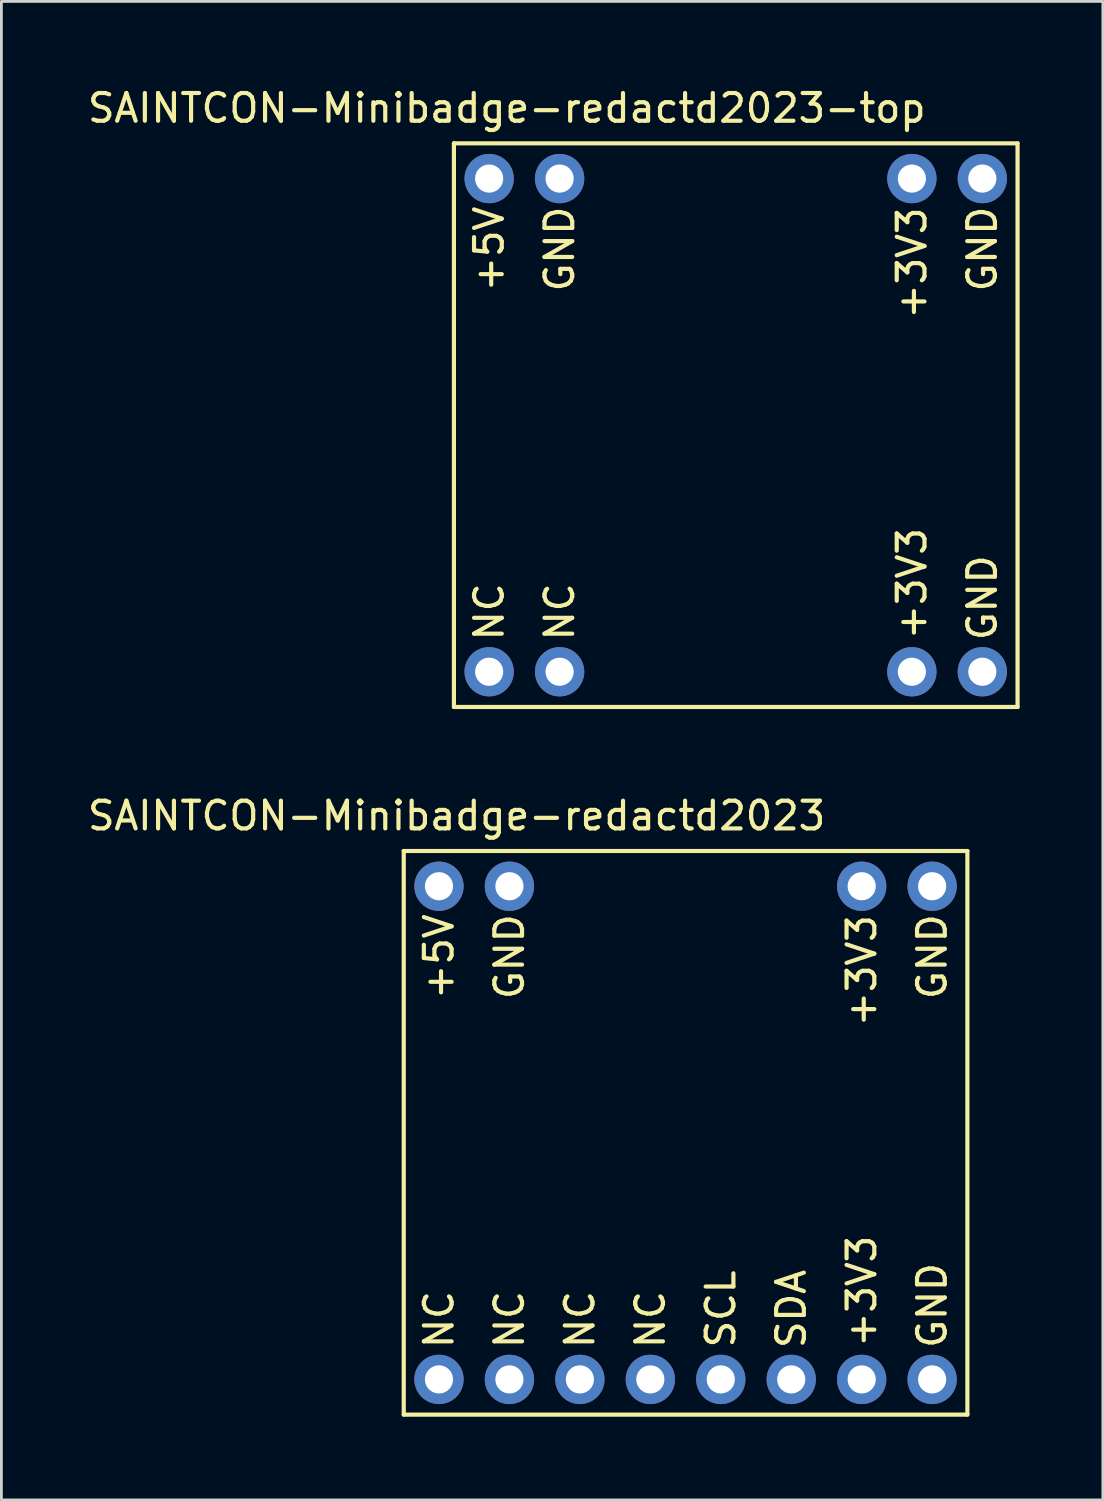
<source format=kicad_pcb>
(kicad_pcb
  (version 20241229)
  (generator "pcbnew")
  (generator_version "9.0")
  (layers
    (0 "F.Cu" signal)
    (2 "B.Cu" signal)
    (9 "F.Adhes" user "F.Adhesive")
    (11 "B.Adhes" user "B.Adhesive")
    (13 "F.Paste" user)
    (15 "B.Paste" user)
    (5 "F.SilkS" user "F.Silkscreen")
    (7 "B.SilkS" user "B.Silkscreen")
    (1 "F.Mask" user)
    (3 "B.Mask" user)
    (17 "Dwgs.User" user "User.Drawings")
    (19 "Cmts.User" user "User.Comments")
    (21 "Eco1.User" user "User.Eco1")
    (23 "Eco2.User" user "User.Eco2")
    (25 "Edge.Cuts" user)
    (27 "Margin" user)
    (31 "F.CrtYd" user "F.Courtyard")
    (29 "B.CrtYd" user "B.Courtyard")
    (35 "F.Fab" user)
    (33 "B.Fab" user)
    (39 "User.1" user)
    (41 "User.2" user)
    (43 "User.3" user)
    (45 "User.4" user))
  (footprint "SAINTCON-Minibadge-redactd2023"
    (layer "F.Cu")
    (at 11.506 27.631)
    (property "Reference" "SAINTCON-Minibadge-redactd2023" (at 1.905 -1.27 0) (layer "F.SilkS") (effects (font (size 1 1) (thickness 0.15))))
    (attr through_hole)
    (fp_line (start 0 0) (end 0 20.32) (stroke (width 0.15) (type solid)) (layer "F.SilkS"))
    (fp_line (start 0 20.32) (end 20.32 20.32) (stroke (width 0.15) (type solid)) (layer "F.SilkS"))
    (fp_line (start 20.32 0) (end 0 0) (stroke (width 0.15) (type solid)) (layer "F.SilkS"))
    (fp_line (start 20.32 20.32) (end 20.32 0) (stroke (width 0.15) (type solid)) (layer "F.SilkS"))
    (fp_text user "GND" (at 19.05 3.81 90) (layer "F.SilkS") (effects (font (size 1 1) (thickness 0.15))))
    (fp_text user "GND" (at 19.05 16.383 90) (layer "F.SilkS") (effects (font (size 1 1) (thickness 0.15))))
    (fp_text user "NC" (at 6.35 16.891 90) (layer "F.SilkS") (effects (font (size 1 1) (thickness 0.15))))
    (fp_text user "SCL" (at 11.43 16.51 90) (layer "F.SilkS") (effects (font (size 1 1) (thickness 0.15))))
    (fp_text user "GND" (at 3.81 3.81 90) (layer "F.SilkS") (effects (font (size 1 1) (thickness 0.15))))
    (fp_text user "+3V3" (at 16.51 15.875 90) (layer "F.SilkS") (effects (font (size 1 1) (thickness 0.15))))
    (fp_text user "NC" (at 8.89 16.891 90) (layer "F.SilkS") (effects (font (size 1 1) (thickness 0.15))))
    (fp_text user "NC" (at 3.81 16.891 90) (layer "F.SilkS") (effects (font (size 1 1) (thickness 0.15))))
    (fp_text user "NC" (at 1.27 16.891 90) (layer "F.SilkS") (effects (font (size 1 1) (thickness 0.15))))
    (fp_text user "SDA" (at 13.97 16.51 90) (layer "F.SilkS") (effects (font (size 1 1) (thickness 0.15))))
    (fp_text user "+3V3" (at 16.51 4.318 90) (layer "F.SilkS") (effects (font (size 1 1) (thickness 0.15))))
    (fp_text user "+5V" (at 1.27 3.81 90) (layer "F.SilkS") (effects (font (size 1 1) (thickness 0.15))))
    (pad "1" thru_hole circle (at 1.27 1.27 90) (size 1.778 1.778) (drill 1.016) (layers "*.Cu" "*.Mask"))
    (pad "2" thru_hole circle (at 3.81 1.27 90) (size 1.778 1.778) (drill 1.016) (layers "*.Cu" "*.Mask"))
    (pad "7" thru_hole circle (at 16.51 1.27 90) (size 1.778 1.778) (drill 1.016) (layers "*.Cu" "*.Mask"))
    (pad "8" thru_hole circle (at 19.05 1.27 90) (size 1.778 1.778) (drill 1.016) (layers "*.Cu" "*.Mask"))
    (pad "9" thru_hole circle (at 1.27 19.05 90) (size 1.778 1.778) (drill 1.016) (layers "*.Cu" "*.Mask"))
    (pad "10" thru_hole circle (at 3.81 19.05 90) (size 1.778 1.778) (drill 1.016) (layers "*.Cu" "*.Mask"))
    (pad "11" thru_hole circle (at 6.35 19.05 90) (size 1.778 1.778) (drill 1.016) (layers "*.Cu" "*.Mask"))
    (pad "12" thru_hole circle (at 8.89 19.05 90) (size 1.778 1.778) (drill 1.016) (layers "*.Cu" "*.Mask"))
    (pad "13" thru_hole circle (at 11.43 19.05 90) (size 1.778 1.778) (drill 1.016) (layers "*.Cu" "*.Mask"))
    (pad "14" thru_hole circle (at 13.97 19.05 90) (size 1.778 1.778) (drill 1.016) (layers "*.Cu" "*.Mask"))
    (pad "15" thru_hole circle (at 16.51 19.05 90) (size 1.778 1.778) (drill 1.016) (layers "*.Cu" "*.Mask"))
    (pad "16" thru_hole circle (at 19.05 19.05 90) (size 1.778 1.778) (drill 1.016) (layers "*.Cu" "*.Mask")))
  (footprint "SAINTCON-Minibadge-redactd2023-top"
    (layer "F.Cu")
    (at 13.315 2.118)
    (property "Reference" "SAINTCON-Minibadge-redactd2023-top" (at 1.905 -1.27 0) (layer "F.SilkS") (effects (font (size 1 1) (thickness 0.15))))
    (attr through_hole)
    (fp_line (start 0 0) (end 0 20.32) (stroke (width 0.15) (type solid)) (layer "F.SilkS"))
    (fp_line (start 0 20.32) (end 20.32 20.32) (stroke (width 0.15) (type solid)) (layer "F.SilkS"))
    (fp_line (start 20.32 0) (end 0 0) (stroke (width 0.15) (type solid)) (layer "F.SilkS"))
    (fp_line (start 20.32 20.32) (end 20.32 0) (stroke (width 0.15) (type solid)) (layer "F.SilkS"))
    (fp_text user "GND" (at 19.05 16.383 90) (layer "F.SilkS") (effects (font (size 1 1) (thickness 0.15))))
    (fp_text user "GND" (at 19.05 3.81 90) (layer "F.SilkS") (effects (font (size 1 1) (thickness 0.15))))
    (fp_text user "+5V" (at 1.27 3.81 90) (layer "F.SilkS") (effects (font (size 1 1) (thickness 0.15))))
    (fp_text user "GND" (at 3.81 3.81 90) (layer "F.SilkS") (effects (font (size 1 1) (thickness 0.15))))
    (fp_text user "+3V3" (at 16.51 15.875 90) (layer "F.SilkS") (effects (font (size 1 1) (thickness 0.15))))
    (fp_text user "NC" (at 1.27 16.891 90) (layer "F.SilkS") (effects (font (size 1 1) (thickness 0.15))))
    (fp_text user "+3V3" (at 16.51 4.318 90) (layer "F.SilkS") (effects (font (size 1 1) (thickness 0.15))))
    (fp_text user "NC" (at 3.81 16.891 90) (layer "F.SilkS") (effects (font (size 1 1) (thickness 0.15))))
    (pad "1" thru_hole circle (at 1.27 1.27 90) (size 1.778 1.778) (drill 1.016) (layers "*.Cu" "*.Mask"))
    (pad "2" thru_hole circle (at 3.81 1.27 90) (size 1.778 1.778) (drill 1.016) (layers "*.Cu" "*.Mask"))
    (pad "7" thru_hole circle (at 16.51 1.27 90) (size 1.778 1.778) (drill 1.016) (layers "*.Cu" "*.Mask"))
    (pad "8" thru_hole circle (at 19.05 1.27 90) (size 1.778 1.778) (drill 1.016) (layers "*.Cu" "*.Mask"))
    (pad "9" thru_hole circle (at 1.27 19.05 90) (size 1.778 1.778) (drill 1.016) (layers "*.Cu" "*.Mask"))
    (pad "10" thru_hole circle (at 3.81 19.05 90) (size 1.778 1.778) (drill 1.016) (layers "*.Cu" "*.Mask"))
    (pad "15" thru_hole circle (at 16.51 19.05 90) (size 1.778 1.778) (drill 1.016) (layers "*.Cu" "*.Mask"))
    (pad "16" thru_hole circle (at 19.05 19.05 90) (size 1.778 1.778) (drill 1.016) (layers "*.Cu" "*.Mask")))
  (gr_rect
    (start -3 -3)
    (end 36.71 51.026)
    (stroke (width 0.1) (type default))
    (fill no)
    (layer "Edge.Cuts")))
</source>
